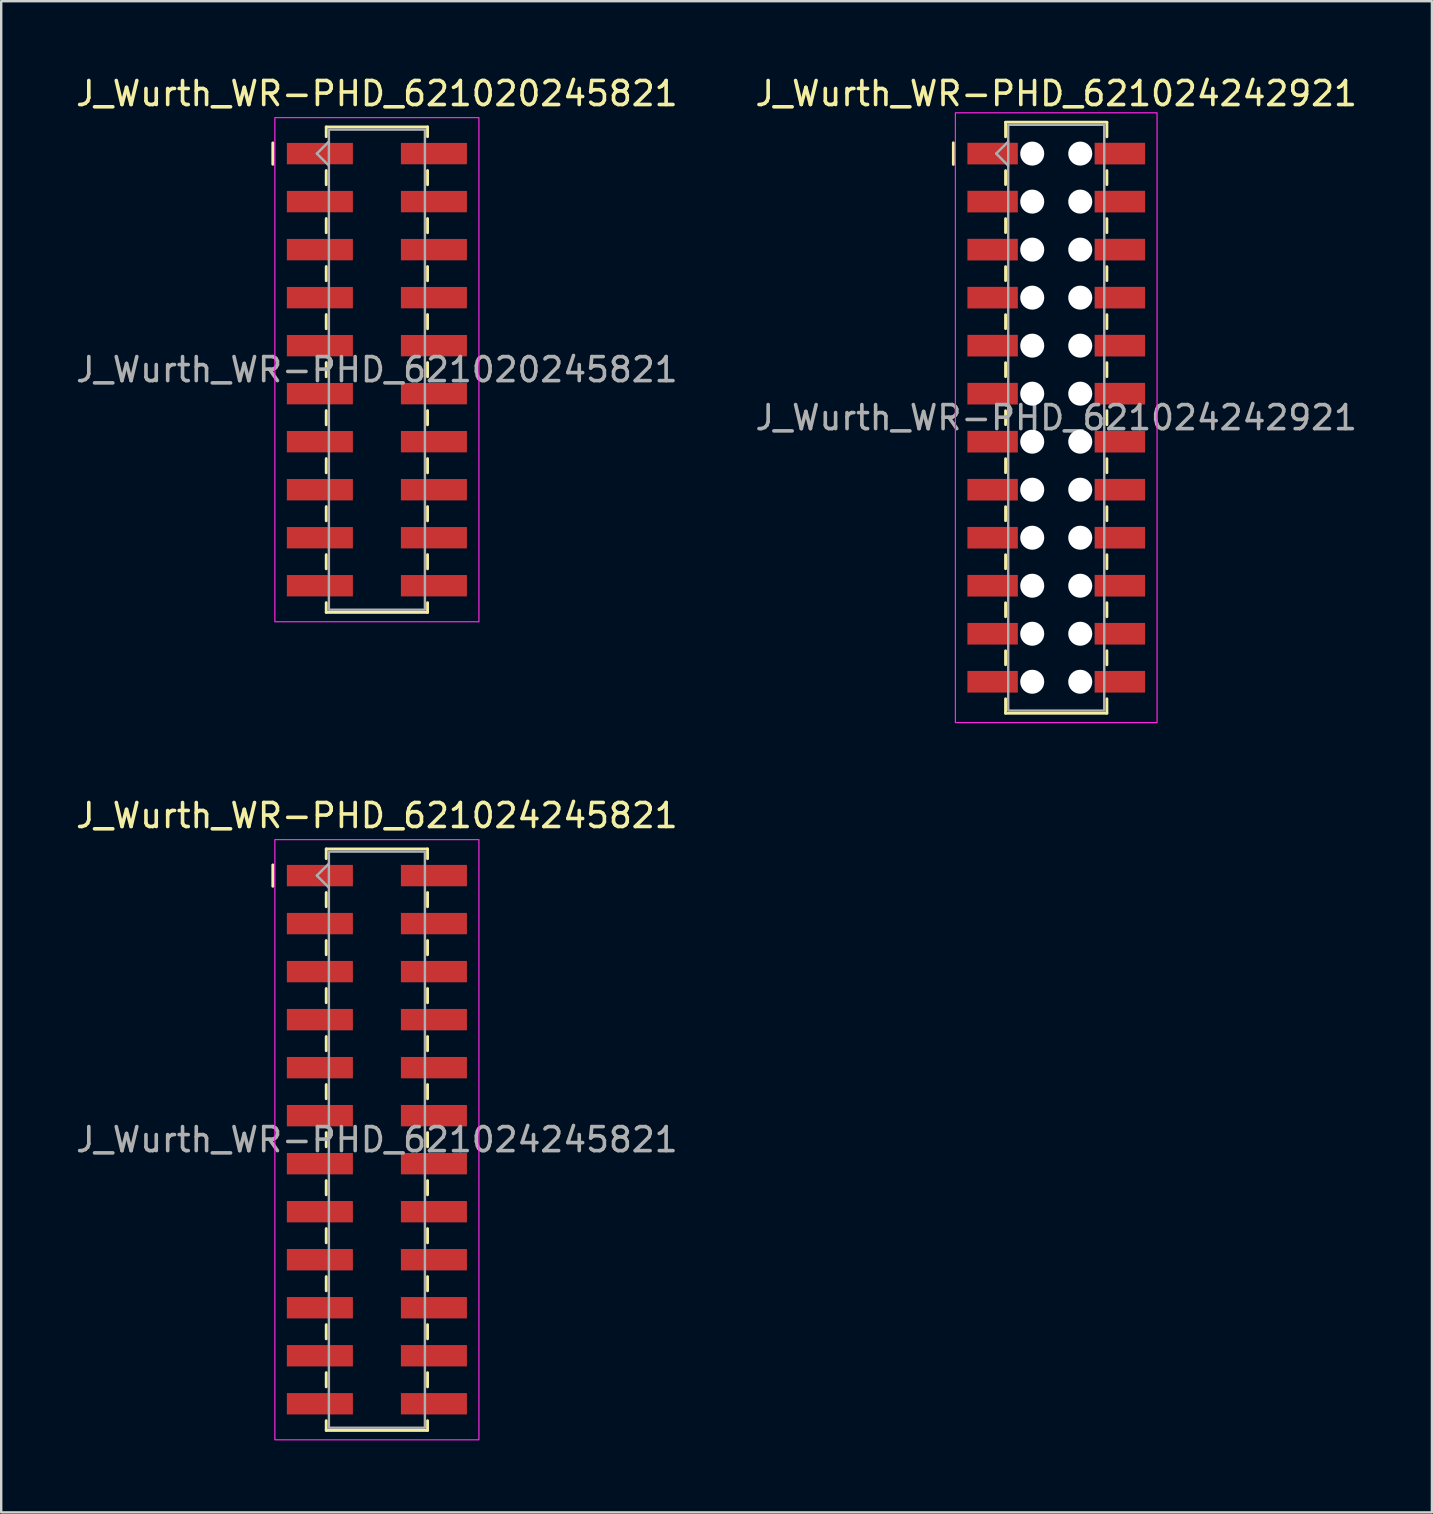
<source format=kicad_pcb>
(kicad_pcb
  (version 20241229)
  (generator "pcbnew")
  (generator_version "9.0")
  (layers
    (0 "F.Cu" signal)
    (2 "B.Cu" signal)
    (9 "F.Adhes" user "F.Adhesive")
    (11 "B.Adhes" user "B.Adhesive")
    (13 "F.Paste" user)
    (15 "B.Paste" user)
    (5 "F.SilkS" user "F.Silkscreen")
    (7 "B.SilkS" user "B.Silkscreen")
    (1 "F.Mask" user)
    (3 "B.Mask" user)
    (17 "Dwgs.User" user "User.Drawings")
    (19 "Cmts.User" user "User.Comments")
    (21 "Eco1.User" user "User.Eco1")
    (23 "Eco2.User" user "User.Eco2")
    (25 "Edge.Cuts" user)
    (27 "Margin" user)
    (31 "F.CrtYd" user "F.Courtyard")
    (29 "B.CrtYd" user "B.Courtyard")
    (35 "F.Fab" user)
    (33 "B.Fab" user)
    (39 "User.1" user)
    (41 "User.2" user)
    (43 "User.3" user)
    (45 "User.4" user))
  (footprint "J_Wurth_WR-PHD_621020245821"
    (layer "F.Cu")
    (at 12.649 12.348)
    (property "Reference" "J_Wurth_WR-PHD_621020245821" (at 0 -11.5 0) (unlocked yes) (layer "F.SilkS") (effects (font (size 1 1) (thickness 0.15))))
    (attr smd)
    (fp_line (start -4.335 -9.445) (end -4.335 -8.555) (stroke (width 0.12) (type solid)) (layer "F.SilkS"))
    (fp_line (start -2.11 -10.11) (end -2.11 -9.705) (stroke (width 0.12) (type solid)) (layer "F.SilkS"))
    (fp_line (start -2.11 -8.295) (end -2.11 -7.705) (stroke (width 0.12) (type solid)) (layer "F.SilkS"))
    (fp_line (start -2.11 -6.295) (end -2.11 -5.705) (stroke (width 0.12) (type solid)) (layer "F.SilkS"))
    (fp_line (start -2.11 -4.295) (end -2.11 -3.705) (stroke (width 0.12) (type solid)) (layer "F.SilkS"))
    (fp_line (start -2.11 -2.295) (end -2.11 -1.705) (stroke (width 0.12) (type solid)) (layer "F.SilkS"))
    (fp_line (start -2.11 -0.295) (end -2.11 0.295) (stroke (width 0.12) (type solid)) (layer "F.SilkS"))
    (fp_line (start -2.11 1.705) (end -2.11 2.295) (stroke (width 0.12) (type solid)) (layer "F.SilkS"))
    (fp_line (start -2.11 3.705) (end -2.11 4.295) (stroke (width 0.12) (type solid)) (layer "F.SilkS"))
    (fp_line (start -2.11 5.705) (end -2.11 6.295) (stroke (width 0.12) (type solid)) (layer "F.SilkS"))
    (fp_line (start -2.11 7.705) (end -2.11 8.295) (stroke (width 0.12) (type solid)) (layer "F.SilkS"))
    (fp_line (start -2.11 9.705) (end -2.11 10.11) (stroke (width 0.12) (type solid)) (layer "F.SilkS"))
    (fp_line (start 2.11 -10.11) (end -2.11 -10.11) (stroke (width 0.12) (type solid)) (layer "F.SilkS"))
    (fp_line (start 2.11 -10.11) (end 2.11 -9.705) (stroke (width 0.12) (type solid)) (layer "F.SilkS"))
    (fp_line (start 2.11 -8.295) (end 2.11 -7.705) (stroke (width 0.12) (type solid)) (layer "F.SilkS"))
    (fp_line (start 2.11 -6.295) (end 2.11 -5.705) (stroke (width 0.12) (type solid)) (layer "F.SilkS"))
    (fp_line (start 2.11 -4.295) (end 2.11 -3.705) (stroke (width 0.12) (type solid)) (layer "F.SilkS"))
    (fp_line (start 2.11 -2.295) (end 2.11 -1.705) (stroke (width 0.12) (type solid)) (layer "F.SilkS"))
    (fp_line (start 2.11 -0.295) (end 2.11 0.295) (stroke (width 0.12) (type solid)) (layer "F.SilkS"))
    (fp_line (start 2.11 1.705) (end 2.11 2.295) (stroke (width 0.12) (type solid)) (layer "F.SilkS"))
    (fp_line (start 2.11 3.705) (end 2.11 4.295) (stroke (width 0.12) (type solid)) (layer "F.SilkS"))
    (fp_line (start 2.11 5.705) (end 2.11 6.295) (stroke (width 0.12) (type solid)) (layer "F.SilkS"))
    (fp_line (start 2.11 7.705) (end 2.11 8.295) (stroke (width 0.12) (type solid)) (layer "F.SilkS"))
    (fp_line (start 2.11 9.705) (end 2.11 10.11) (stroke (width 0.12) (type solid)) (layer "F.SilkS"))
    (fp_line (start 2.11 10.11) (end -2.11 10.11) (stroke (width 0.12) (type solid)) (layer "F.SilkS"))
    (fp_rect (start -4.25 -10.5) (end 4.25 10.5) (stroke (width 0.05) (type solid)) (fill no) (layer "F.CrtYd"))
    (fp_line (start -2.5 -9) (end -2 -8.5) (stroke (width 0.1) (type default)) (layer "F.Fab"))
    (fp_line (start -2 -9.5) (end -2.5 -9) (stroke (width 0.1) (type default)) (layer "F.Fab"))
    (fp_rect (start -2 -10) (end 2 10) (stroke (width 0.1) (type solid)) (fill no) (layer "F.Fab"))
    (fp_text user "${REFERENCE}" (at 0 0 0) (unlocked yes) (layer "F.Fab") (effects (font (size 1 1) (thickness 0.15))))
    (pad "1" smd rect (at -2.375 -9 270) (size 0.89 2.75) (layers "F.Cu" "F.Mask" "F.Paste"))
    (pad "2" smd rect (at 2.375 -9 270) (size 0.89 2.75) (layers "F.Cu" "F.Mask" "F.Paste"))
    (pad "3" smd rect (at -2.375 -7 270) (size 0.89 2.75) (layers "F.Cu" "F.Mask" "F.Paste"))
    (pad "4" smd rect (at 2.375 -7 270) (size 0.89 2.75) (layers "F.Cu" "F.Mask" "F.Paste"))
    (pad "5" smd rect (at -2.375 -5 270) (size 0.89 2.75) (layers "F.Cu" "F.Mask" "F.Paste"))
    (pad "6" smd rect (at 2.375 -5 270) (size 0.89 2.75) (layers "F.Cu" "F.Mask" "F.Paste"))
    (pad "7" smd rect (at -2.375 -3 270) (size 0.89 2.75) (layers "F.Cu" "F.Mask" "F.Paste"))
    (pad "8" smd rect (at 2.375 -3 270) (size 0.89 2.75) (layers "F.Cu" "F.Mask" "F.Paste"))
    (pad "9" smd rect (at -2.375 -1 270) (size 0.89 2.75) (layers "F.Cu" "F.Mask" "F.Paste"))
    (pad "10" smd rect (at 2.375 -1 270) (size 0.89 2.75) (layers "F.Cu" "F.Mask" "F.Paste"))
    (pad "11" smd rect (at -2.375 1 270) (size 0.89 2.75) (layers "F.Cu" "F.Mask" "F.Paste"))
    (pad "12" smd rect (at 2.375 1 270) (size 0.89 2.75) (layers "F.Cu" "F.Mask" "F.Paste"))
    (pad "13" smd rect (at -2.375 3 270) (size 0.89 2.75) (layers "F.Cu" "F.Mask" "F.Paste"))
    (pad "14" smd rect (at 2.375 3 270) (size 0.89 2.75) (layers "F.Cu" "F.Mask" "F.Paste"))
    (pad "15" smd rect (at -2.375 5 270) (size 0.89 2.75) (layers "F.Cu" "F.Mask" "F.Paste"))
    (pad "16" smd rect (at 2.375 5 270) (size 0.89 2.75) (layers "F.Cu" "F.Mask" "F.Paste"))
    (pad "17" smd rect (at -2.375 7 270) (size 0.89 2.75) (layers "F.Cu" "F.Mask" "F.Paste"))
    (pad "18" smd rect (at 2.375 7 270) (size 0.89 2.75) (layers "F.Cu" "F.Mask" "F.Paste"))
    (pad "19" smd rect (at -2.375 9 270) (size 0.89 2.75) (layers "F.Cu" "F.Mask" "F.Paste"))
    (pad "20" smd rect (at 2.375 9 270) (size 0.89 2.75) (layers "F.Cu" "F.Mask" "F.Paste")))
  (footprint "J_Wurth_WR-PHD_621024242921"
    (layer "F.Cu")
    (at 40.946 14.348)
    (property "Reference" "J_Wurth_WR-PHD_621024242921" (at 0 -13.5 0) (unlocked yes) (layer "F.SilkS") (effects (font (size 1 1) (thickness 0.15))))
    (attr smd)
    (fp_line (start -4.285 -11.45) (end -4.285 -10.55) (stroke (width 0.12) (type solid)) (layer "F.SilkS"))
    (fp_line (start -2.11 -12.31) (end 2.11 -12.31) (stroke (width 0.12) (type solid)) (layer "F.SilkS"))
    (fp_line (start -2.11 -11.7) (end -2.11 -12.3) (stroke (width 0.12) (type solid)) (layer "F.SilkS"))
    (fp_line (start -2.11 -10.29) (end -2.11 -9.71) (stroke (width 0.12) (type solid)) (layer "F.SilkS"))
    (fp_line (start -2.11 -8.29) (end -2.11 -7.71) (stroke (width 0.12) (type solid)) (layer "F.SilkS"))
    (fp_line (start -2.11 -6.29) (end -2.11 -5.71) (stroke (width 0.12) (type solid)) (layer "F.SilkS"))
    (fp_line (start -2.11 -4.29) (end -2.11 -3.71) (stroke (width 0.12) (type solid)) (layer "F.SilkS"))
    (fp_line (start -2.11 -2.29) (end -2.11 -1.71) (stroke (width 0.12) (type solid)) (layer "F.SilkS"))
    (fp_line (start -2.11 -0.29) (end -2.11 0.29) (stroke (width 0.12) (type solid)) (layer "F.SilkS"))
    (fp_line (start -2.11 1.71) (end -2.11 2.29) (stroke (width 0.12) (type solid)) (layer "F.SilkS"))
    (fp_line (start -2.11 3.71) (end -2.11 4.29) (stroke (width 0.12) (type solid)) (layer "F.SilkS"))
    (fp_line (start -2.11 5.71) (end -2.11 6.29) (stroke (width 0.12) (type solid)) (layer "F.SilkS"))
    (fp_line (start -2.11 7.71) (end -2.11 8.29) (stroke (width 0.12) (type solid)) (layer "F.SilkS"))
    (fp_line (start -2.11 9.71) (end -2.11 10.29) (stroke (width 0.12) (type solid)) (layer "F.SilkS"))
    (fp_line (start -2.11 11.71) (end -2.11 12.31) (stroke (width 0.12) (type solid)) (layer "F.SilkS"))
    (fp_line (start 2.11 -11.7) (end 2.11 -12.3) (stroke (width 0.12) (type solid)) (layer "F.SilkS"))
    (fp_line (start 2.11 -10.29) (end 2.11 -9.71) (stroke (width 0.12) (type solid)) (layer "F.SilkS"))
    (fp_line (start 2.11 -8.29) (end 2.11 -7.71) (stroke (width 0.12) (type solid)) (layer "F.SilkS"))
    (fp_line (start 2.11 -6.29) (end 2.11 -5.71) (stroke (width 0.12) (type solid)) (layer "F.SilkS"))
    (fp_line (start 2.11 -4.29) (end 2.11 -3.71) (stroke (width 0.12) (type solid)) (layer "F.SilkS"))
    (fp_line (start 2.11 -2.29) (end 2.11 -1.71) (stroke (width 0.12) (type solid)) (layer "F.SilkS"))
    (fp_line (start 2.11 -0.29) (end 2.11 0.29) (stroke (width 0.12) (type solid)) (layer "F.SilkS"))
    (fp_line (start 2.11 1.71) (end 2.11 2.29) (stroke (width 0.12) (type solid)) (layer "F.SilkS"))
    (fp_line (start 2.11 3.71) (end 2.11 4.29) (stroke (width 0.12) (type solid)) (layer "F.SilkS"))
    (fp_line (start 2.11 5.71) (end 2.11 6.29) (stroke (width 0.12) (type solid)) (layer "F.SilkS"))
    (fp_line (start 2.11 7.71) (end 2.11 8.29) (stroke (width 0.12) (type solid)) (layer "F.SilkS"))
    (fp_line (start 2.11 9.71) (end 2.11 10.29) (stroke (width 0.12) (type solid)) (layer "F.SilkS"))
    (fp_line (start 2.11 11.71) (end 2.11 12.31) (stroke (width 0.12) (type solid)) (layer "F.SilkS"))
    (fp_line (start 2.11 12.31) (end -2.11 12.31) (stroke (width 0.12) (type solid)) (layer "F.SilkS"))
    (fp_rect (start -4.2 -12.7) (end 4.2 12.7) (stroke (width 0.05) (type solid)) (fill no) (layer "F.CrtYd"))
    (fp_line (start -2.5 -11) (end -2 -10.5) (stroke (width 0.1) (type default)) (layer "F.Fab"))
    (fp_line (start -2 -11.5) (end -2.5 -11) (stroke (width 0.1) (type default)) (layer "F.Fab"))
    (fp_rect (start -2 -12.2) (end 2 12.2) (stroke (width 0.1) (type solid)) (fill no) (layer "F.Fab"))
    (fp_text user "${REFERENCE}" (at 0 0 0) (unlocked yes) (layer "F.Fab") (effects (font (size 1 1) (thickness 0.15))))
    (pad "" np_thru_hole circle (at -1 -11 270) (size 1 1) (drill 1) (layers "*.Cu" "*.Mask"))
    (pad "" np_thru_hole circle (at -1 -9 270) (size 1 1) (drill 1) (layers "*.Cu" "*.Mask"))
    (pad "" np_thru_hole circle (at -1 -7 270) (size 1 1) (drill 1) (layers "*.Cu" "*.Mask"))
    (pad "" np_thru_hole circle (at -1 -5 270) (size 1 1) (drill 1) (layers "*.Cu" "*.Mask"))
    (pad "" np_thru_hole circle (at -1 -3 270) (size 1 1) (drill 1) (layers "*.Cu" "*.Mask"))
    (pad "" np_thru_hole circle (at -1 -1 270) (size 1 1) (drill 1) (layers "*.Cu" "*.Mask"))
    (pad "" np_thru_hole circle (at -1 1 270) (size 1 1) (drill 1) (layers "*.Cu" "*.Mask"))
    (pad "" np_thru_hole circle (at -1 3 270) (size 1 1) (drill 1) (layers "*.Cu" "*.Mask"))
    (pad "" np_thru_hole circle (at -1 5 270) (size 1 1) (drill 1) (layers "*.Cu" "*.Mask"))
    (pad "" np_thru_hole circle (at -1 7 270) (size 1 1) (drill 1) (layers "*.Cu" "*.Mask"))
    (pad "" np_thru_hole circle (at -1 9 270) (size 1 1) (drill 1) (layers "*.Cu" "*.Mask"))
    (pad "" np_thru_hole circle (at -1 11 270) (size 1 1) (drill 1) (layers "*.Cu" "*.Mask"))
    (pad "" np_thru_hole circle (at 1 -11 270) (size 1 1) (drill 1) (layers "*.Cu" "*.Mask"))
    (pad "" np_thru_hole circle (at 1 -9 270) (size 1 1) (drill 1) (layers "*.Cu" "*.Mask"))
    (pad "" np_thru_hole circle (at 1 -7 270) (size 1 1) (drill 1) (layers "*.Cu" "*.Mask"))
    (pad "" np_thru_hole circle (at 1 -5 270) (size 1 1) (drill 1) (layers "*.Cu" "*.Mask"))
    (pad "" np_thru_hole circle (at 1 -3 270) (size 1 1) (drill 1) (layers "*.Cu" "*.Mask"))
    (pad "" np_thru_hole circle (at 1 -1 270) (size 1 1) (drill 1) (layers "*.Cu" "*.Mask"))
    (pad "" np_thru_hole circle (at 1 1 270) (size 1 1) (drill 1) (layers "*.Cu" "*.Mask"))
    (pad "" np_thru_hole circle (at 1 3 270) (size 1 1) (drill 1) (layers "*.Cu" "*.Mask"))
    (pad "" np_thru_hole circle (at 1 5 270) (size 1 1) (drill 1) (layers "*.Cu" "*.Mask"))
    (pad "" np_thru_hole circle (at 1 7 270) (size 1 1) (drill 1) (layers "*.Cu" "*.Mask"))
    (pad "" np_thru_hole circle (at 1 9 270) (size 1 1) (drill 1) (layers "*.Cu" "*.Mask"))
    (pad "" np_thru_hole circle (at 1 11 270) (size 1 1) (drill 1) (layers "*.Cu" "*.Mask"))
    (pad "1" smd rect (at -2.65 -11 270) (size 0.9 2.1) (layers "F.Cu" "F.Mask" "F.Paste"))
    (pad "2" smd rect (at 2.65 -11 270) (size 0.9 2.1) (layers "F.Cu" "F.Mask" "F.Paste"))
    (pad "3" smd rect (at -2.65 -9 270) (size 0.9 2.1) (layers "F.Cu" "F.Mask" "F.Paste"))
    (pad "4" smd rect (at 2.65 -9 270) (size 0.9 2.1) (layers "F.Cu" "F.Mask" "F.Paste"))
    (pad "5" smd rect (at -2.65 -7 270) (size 0.9 2.1) (layers "F.Cu" "F.Mask" "F.Paste"))
    (pad "6" smd rect (at 2.65 -7 270) (size 0.9 2.1) (layers "F.Cu" "F.Mask" "F.Paste"))
    (pad "7" smd rect (at -2.65 -5 270) (size 0.9 2.1) (layers "F.Cu" "F.Mask" "F.Paste"))
    (pad "8" smd rect (at 2.65 -5 270) (size 0.9 2.1) (layers "F.Cu" "F.Mask" "F.Paste"))
    (pad "9" smd rect (at -2.65 -3 270) (size 0.9 2.1) (layers "F.Cu" "F.Mask" "F.Paste"))
    (pad "10" smd rect (at 2.65 -3 270) (size 0.9 2.1) (layers "F.Cu" "F.Mask" "F.Paste"))
    (pad "11" smd rect (at -2.65 -1 270) (size 0.9 2.1) (layers "F.Cu" "F.Mask" "F.Paste"))
    (pad "12" smd rect (at 2.65 -1 270) (size 0.9 2.1) (layers "F.Cu" "F.Mask" "F.Paste"))
    (pad "13" smd rect (at -2.65 1 270) (size 0.9 2.1) (layers "F.Cu" "F.Mask" "F.Paste"))
    (pad "14" smd rect (at 2.65 1 270) (size 0.9 2.1) (layers "F.Cu" "F.Mask" "F.Paste"))
    (pad "15" smd rect (at -2.65 3 270) (size 0.9 2.1) (layers "F.Cu" "F.Mask" "F.Paste"))
    (pad "16" smd rect (at 2.65 3 270) (size 0.9 2.1) (layers "F.Cu" "F.Mask" "F.Paste"))
    (pad "17" smd rect (at -2.65 5 270) (size 0.9 2.1) (layers "F.Cu" "F.Mask" "F.Paste"))
    (pad "18" smd rect (at 2.65 5 270) (size 0.9 2.1) (layers "F.Cu" "F.Mask" "F.Paste"))
    (pad "19" smd rect (at -2.65 7 270) (size 0.9 2.1) (layers "F.Cu" "F.Mask" "F.Paste"))
    (pad "20" smd rect (at 2.65 7 270) (size 0.9 2.1) (layers "F.Cu" "F.Mask" "F.Paste"))
    (pad "21" smd rect (at -2.65 9 270) (size 0.9 2.1) (layers "F.Cu" "F.Mask" "F.Paste"))
    (pad "22" smd rect (at 2.65 9 270) (size 0.9 2.1) (layers "F.Cu" "F.Mask" "F.Paste"))
    (pad "23" smd rect (at -2.65 11 270) (size 0.9 2.1) (layers "F.Cu" "F.Mask" "F.Paste"))
    (pad "24" smd rect (at 2.65 11 270) (size 0.9 2.1) (layers "F.Cu" "F.Mask" "F.Paste")))
  (footprint "J_Wurth_WR-PHD_621024245821"
    (layer "F.Cu")
    (at 12.649 44.422)
    (property "Reference" "J_Wurth_WR-PHD_621024245821" (at 0 -13.5 0) (unlocked yes) (layer "F.SilkS") (effects (font (size 1 1) (thickness 0.15))))
    (attr smd)
    (fp_line (start -4.335 -11.445) (end -4.335 -10.555) (stroke (width 0.12) (type solid)) (layer "F.SilkS"))
    (fp_line (start -2.11 -12.11) (end -2.11 -11.705) (stroke (width 0.12) (type solid)) (layer "F.SilkS"))
    (fp_line (start -2.11 -10.295) (end -2.11 -9.705) (stroke (width 0.12) (type solid)) (layer "F.SilkS"))
    (fp_line (start -2.11 -8.295) (end -2.11 -7.705) (stroke (width 0.12) (type solid)) (layer "F.SilkS"))
    (fp_line (start -2.11 -6.295) (end -2.11 -5.705) (stroke (width 0.12) (type solid)) (layer "F.SilkS"))
    (fp_line (start -2.11 -4.295) (end -2.11 -3.705) (stroke (width 0.12) (type solid)) (layer "F.SilkS"))
    (fp_line (start -2.11 -2.295) (end -2.11 -1.705) (stroke (width 0.12) (type solid)) (layer "F.SilkS"))
    (fp_line (start -2.11 -0.295) (end -2.11 0.295) (stroke (width 0.12) (type solid)) (layer "F.SilkS"))
    (fp_line (start -2.11 1.705) (end -2.11 2.295) (stroke (width 0.12) (type solid)) (layer "F.SilkS"))
    (fp_line (start -2.11 3.705) (end -2.11 4.295) (stroke (width 0.12) (type solid)) (layer "F.SilkS"))
    (fp_line (start -2.11 5.705) (end -2.11 6.295) (stroke (width 0.12) (type solid)) (layer "F.SilkS"))
    (fp_line (start -2.11 7.705) (end -2.11 8.295) (stroke (width 0.12) (type solid)) (layer "F.SilkS"))
    (fp_line (start -2.11 9.705) (end -2.11 10.295) (stroke (width 0.12) (type solid)) (layer "F.SilkS"))
    (fp_line (start -2.11 11.705) (end -2.11 12.11) (stroke (width 0.12) (type solid)) (layer "F.SilkS"))
    (fp_line (start 2.11 -12.11) (end -2.11 -12.11) (stroke (width 0.12) (type solid)) (layer "F.SilkS"))
    (fp_line (start 2.11 -12.11) (end 2.11 -11.705) (stroke (width 0.12) (type solid)) (layer "F.SilkS"))
    (fp_line (start 2.11 -10.295) (end 2.11 -9.705) (stroke (width 0.12) (type solid)) (layer "F.SilkS"))
    (fp_line (start 2.11 -8.295) (end 2.11 -7.705) (stroke (width 0.12) (type solid)) (layer "F.SilkS"))
    (fp_line (start 2.11 -6.295) (end 2.11 -5.705) (stroke (width 0.12) (type solid)) (layer "F.SilkS"))
    (fp_line (start 2.11 -4.295) (end 2.11 -3.705) (stroke (width 0.12) (type solid)) (layer "F.SilkS"))
    (fp_line (start 2.11 -2.295) (end 2.11 -1.705) (stroke (width 0.12) (type solid)) (layer "F.SilkS"))
    (fp_line (start 2.11 -0.295) (end 2.11 0.295) (stroke (width 0.12) (type solid)) (layer "F.SilkS"))
    (fp_line (start 2.11 1.705) (end 2.11 2.295) (stroke (width 0.12) (type solid)) (layer "F.SilkS"))
    (fp_line (start 2.11 3.705) (end 2.11 4.295) (stroke (width 0.12) (type solid)) (layer "F.SilkS"))
    (fp_line (start 2.11 5.705) (end 2.11 6.295) (stroke (width 0.12) (type solid)) (layer "F.SilkS"))
    (fp_line (start 2.11 7.705) (end 2.11 8.295) (stroke (width 0.12) (type solid)) (layer "F.SilkS"))
    (fp_line (start 2.11 9.705) (end 2.11 10.295) (stroke (width 0.12) (type solid)) (layer "F.SilkS"))
    (fp_line (start 2.11 11.705) (end 2.11 12.11) (stroke (width 0.12) (type solid)) (layer "F.SilkS"))
    (fp_line (start 2.11 12.11) (end -2.11 12.11) (stroke (width 0.12) (type solid)) (layer "F.SilkS"))
    (fp_rect (start -4.25 -12.5) (end 4.25 12.5) (stroke (width 0.05) (type solid)) (fill no) (layer "F.CrtYd"))
    (fp_line (start -2.5 -11) (end -2 -10.5) (stroke (width 0.1) (type default)) (layer "F.Fab"))
    (fp_line (start -2 -11.5) (end -2.5 -11) (stroke (width 0.1) (type default)) (layer "F.Fab"))
    (fp_rect (start -2 -12) (end 2 12) (stroke (width 0.1) (type solid)) (fill no) (layer "F.Fab"))
    (fp_text user "${REFERENCE}" (at 0 0 0) (unlocked yes) (layer "F.Fab") (effects (font (size 1 1) (thickness 0.15))))
    (pad "1" smd rect (at -2.375 -11 270) (size 0.89 2.75) (layers "F.Cu" "F.Mask" "F.Paste"))
    (pad "2" smd rect (at 2.375 -11 270) (size 0.89 2.75) (layers "F.Cu" "F.Mask" "F.Paste"))
    (pad "3" smd rect (at -2.375 -9 270) (size 0.89 2.75) (layers "F.Cu" "F.Mask" "F.Paste"))
    (pad "4" smd rect (at 2.375 -9 270) (size 0.89 2.75) (layers "F.Cu" "F.Mask" "F.Paste"))
    (pad "5" smd rect (at -2.375 -7 270) (size 0.89 2.75) (layers "F.Cu" "F.Mask" "F.Paste"))
    (pad "6" smd rect (at 2.375 -7 270) (size 0.89 2.75) (layers "F.Cu" "F.Mask" "F.Paste"))
    (pad "7" smd rect (at -2.375 -5 270) (size 0.89 2.75) (layers "F.Cu" "F.Mask" "F.Paste"))
    (pad "8" smd rect (at 2.375 -5 270) (size 0.89 2.75) (layers "F.Cu" "F.Mask" "F.Paste"))
    (pad "9" smd rect (at -2.375 -3 270) (size 0.89 2.75) (layers "F.Cu" "F.Mask" "F.Paste"))
    (pad "10" smd rect (at 2.375 -3 270) (size 0.89 2.75) (layers "F.Cu" "F.Mask" "F.Paste"))
    (pad "11" smd rect (at -2.375 -1 270) (size 0.89 2.75) (layers "F.Cu" "F.Mask" "F.Paste"))
    (pad "12" smd rect (at 2.375 -1 270) (size 0.89 2.75) (layers "F.Cu" "F.Mask" "F.Paste"))
    (pad "13" smd rect (at -2.375 1 270) (size 0.89 2.75) (layers "F.Cu" "F.Mask" "F.Paste"))
    (pad "14" smd rect (at 2.375 1 270) (size 0.89 2.75) (layers "F.Cu" "F.Mask" "F.Paste"))
    (pad "15" smd rect (at -2.375 3 270) (size 0.89 2.75) (layers "F.Cu" "F.Mask" "F.Paste"))
    (pad "16" smd rect (at 2.375 3 270) (size 0.89 2.75) (layers "F.Cu" "F.Mask" "F.Paste"))
    (pad "17" smd rect (at -2.375 5 270) (size 0.89 2.75) (layers "F.Cu" "F.Mask" "F.Paste"))
    (pad "18" smd rect (at 2.375 5 270) (size 0.89 2.75) (layers "F.Cu" "F.Mask" "F.Paste"))
    (pad "19" smd rect (at -2.375 7 270) (size 0.89 2.75) (layers "F.Cu" "F.Mask" "F.Paste"))
    (pad "20" smd rect (at 2.375 7 270) (size 0.89 2.75) (layers "F.Cu" "F.Mask" "F.Paste"))
    (pad "21" smd rect (at -2.375 9 270) (size 0.89 2.75) (layers "F.Cu" "F.Mask" "F.Paste"))
    (pad "22" smd rect (at 2.375 9 270) (size 0.89 2.75) (layers "F.Cu" "F.Mask" "F.Paste"))
    (pad "23" smd rect (at -2.375 11 270) (size 0.89 2.75) (layers "F.Cu" "F.Mask" "F.Paste"))
    (pad "24" smd rect (at 2.375 11 270) (size 0.89 2.75) (layers "F.Cu" "F.Mask" "F.Paste")))
  (gr_rect
    (start -3 -3)
    (end 56.595 59.947)
    (stroke (width 0.1) (type default))
    (fill no)
    (layer "Edge.Cuts")))
</source>
